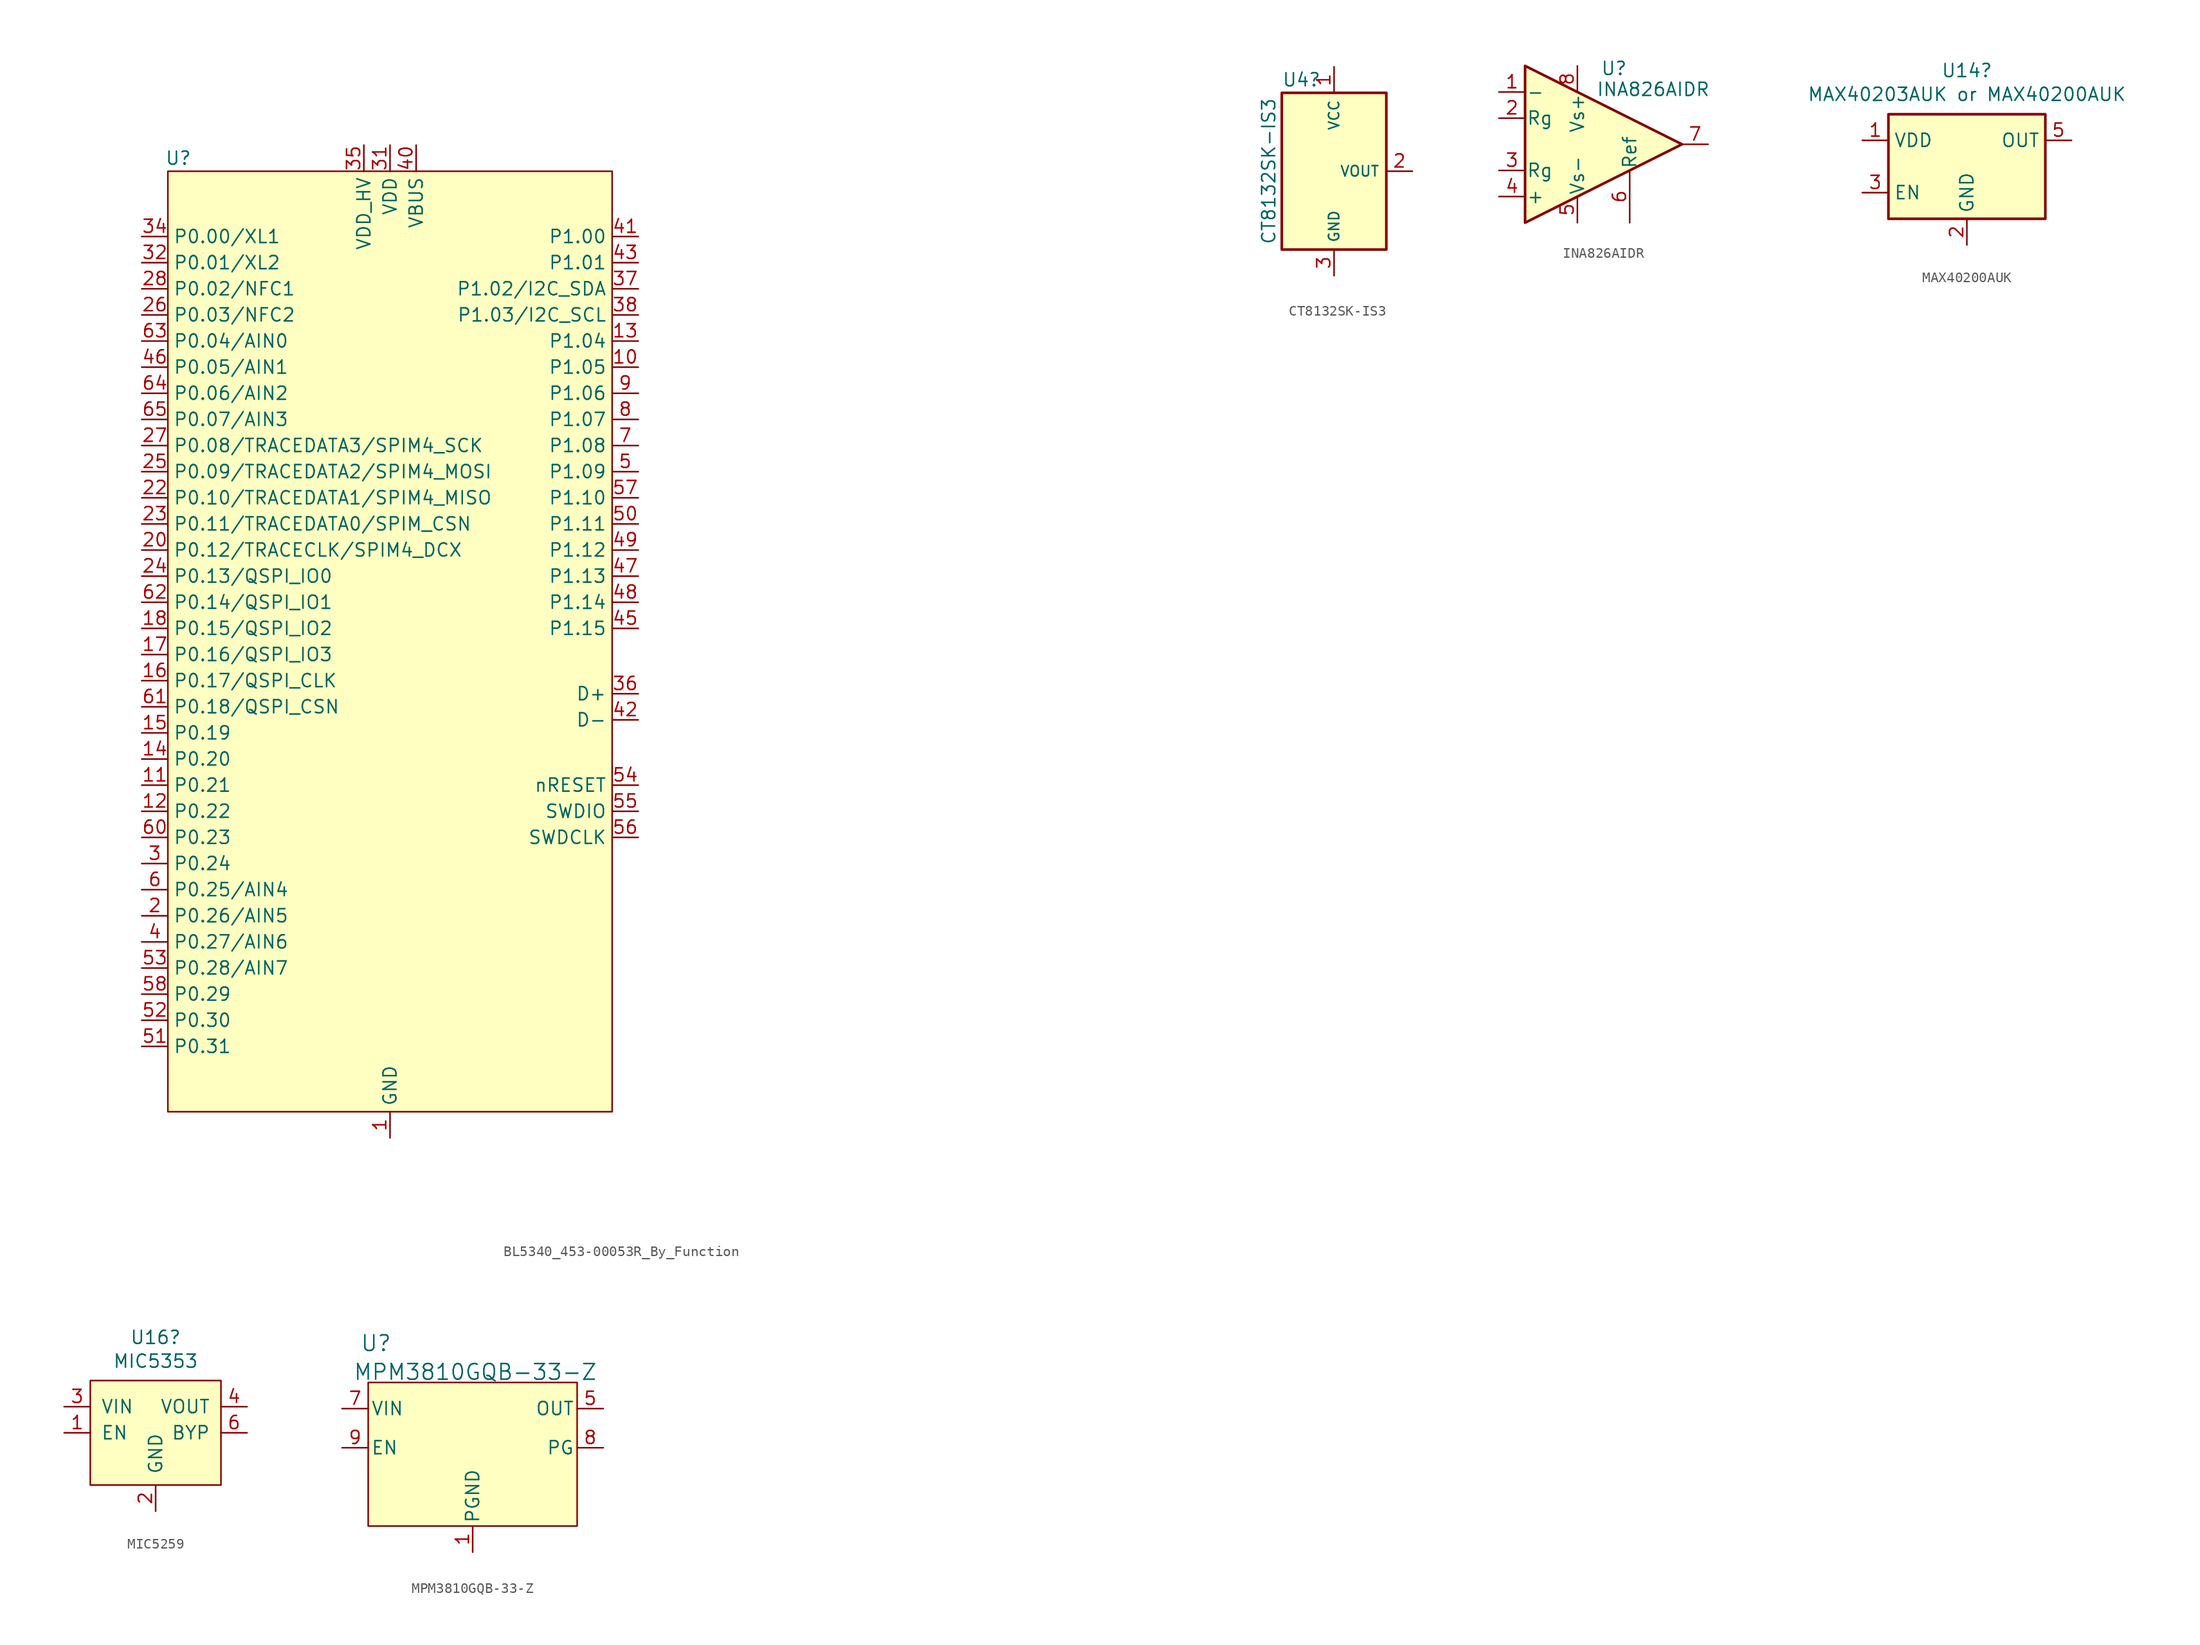
<source format=kicad_sym>
(kicad_symbol_lib
  (version 20231120)
  (generator "kicad_symbol_editor")
  (generator_version "8.0")
  (symbol "BL5340_453-00053R_By_Function"
    (property "Reference" "U"
      (at 1.016 1.27 0)
      (effects (font (size 1.27 1.27))))
    (property "Value" ""
      (at 90.805 -41.91 0)
      (effects (font (size 1.27 1.27))))
    (symbol "BL5340_453-00053R_By_Function_1_1"
      (rectangle (start 0 0) (end 43.18 -91.44) (stroke (width 0) (type default)) (fill (type background)))
      (pin input line (at 21.59 -93.98 90) (length 2.54) (name "GND" (effects (font (size 1.27 1.27)))) (number "1" (effects (font (size 1.27 1.27)))))
      (pin input line (at 45.72 -19.05 180) (length 2.54) (name "P1.05" (effects (font (size 1.27 1.27)))) (number "10" (effects (font (size 1.27 1.27)))))
      (pin input line (at -2.54 -59.69 0) (length 2.54) (name "P0.21" (effects (font (size 1.27 1.27)))) (number "11" (effects (font (size 1.27 1.27)))))
      (pin input line (at -2.54 -62.23 0) (length 2.54) (name "P0.22" (effects (font (size 1.27 1.27)))) (number "12" (effects (font (size 1.27 1.27)))))
      (pin input line (at 45.72 -16.51 180) (length 2.54) (name "P1.04" (effects (font (size 1.27 1.27)))) (number "13" (effects (font (size 1.27 1.27)))))
      (pin input line (at -2.54 -57.15 0) (length 2.54) (name "P0.20" (effects (font (size 1.27 1.27)))) (number "14" (effects (font (size 1.27 1.27)))))
      (pin input line (at -2.54 -54.61 0) (length 2.54) (name "P0.19" (effects (font (size 1.27 1.27)))) (number "15" (effects (font (size 1.27 1.27)))))
      (pin input line (at -2.54 -49.53 0) (length 2.54) (name "P0.17/QSPI_CLK" (effects (font (size 1.27 1.27)))) (number "16" (effects (font (size 1.27 1.27)))))
      (pin input line (at -2.54 -46.99 0) (length 2.54) (name "P0.16/QSPI_IO3" (effects (font (size 1.27 1.27)))) (number "17" (effects (font (size 1.27 1.27)))))
      (pin input line (at -2.54 -44.45 0) (length 2.54) (name "P0.15/QSPI_IO2" (effects (font (size 1.27 1.27)))) (number "18" (effects (font (size 1.27 1.27)))))
      (pin input line (at 21.59 -93.98 90) (length 2.54) hide (name "GND" (effects (font (size 1.27 1.27)))) (number "19" (effects (font (size 1.27 1.27)))))
      (pin input line (at -2.54 -72.39 0) (length 2.54) (name "P0.26/AIN5" (effects (font (size 1.27 1.27)))) (number "2" (effects (font (size 1.27 1.27)))))
      (pin input line (at -2.54 -36.83 0) (length 2.54) (name "P0.12/TRACECLK/SPIM4_DCX" (effects (font (size 1.27 1.27)))) (number "20" (effects (font (size 1.27 1.27)))))
      (pin input line (at 21.59 -93.98 90) (length 2.54) hide (name "GND" (effects (font (size 1.27 1.27)))) (number "21" (effects (font (size 1.27 1.27)))))
      (pin input line (at -2.54 -31.75 0) (length 2.54) (name "P0.10/TRACEDATA1/SPIM4_MISO" (effects (font (size 1.27 1.27)))) (number "22" (effects (font (size 1.27 1.27)))))
      (pin input line (at -2.54 -34.29 0) (length 2.54) (name "P0.11/TRACEDATA0/SPIM_CSN" (effects (font (size 1.27 1.27)))) (number "23" (effects (font (size 1.27 1.27)))))
      (pin input line (at -2.54 -39.37 0) (length 2.54) (name "P0.13/QSPI_IO0" (effects (font (size 1.27 1.27)))) (number "24" (effects (font (size 1.27 1.27)))))
      (pin input line (at -2.54 -29.21 0) (length 2.54) (name "P0.09/TRACEDATA2/SPIM4_MOSI" (effects (font (size 1.27 1.27)))) (number "25" (effects (font (size 1.27 1.27)))))
      (pin input line (at -2.54 -13.97 0) (length 2.54) (name "P0.03/NFC2" (effects (font (size 1.27 1.27)))) (number "26" (effects (font (size 1.27 1.27)))))
      (pin input line (at -2.54 -26.67 0) (length 2.54) (name "P0.08/TRACEDATA3/SPIM4_SCK" (effects (font (size 1.27 1.27)))) (number "27" (effects (font (size 1.27 1.27)))))
      (pin input line (at -2.54 -11.43 0) (length 2.54) (name "P0.02/NFC1" (effects (font (size 1.27 1.27)))) (number "28" (effects (font (size 1.27 1.27)))))
      (pin input line (at 21.59 -93.98 90) (length 2.54) hide (name "GND" (effects (font (size 1.27 1.27)))) (number "29" (effects (font (size 1.27 1.27)))))
      (pin input line (at -2.54 -67.31 0) (length 2.54) (name "P0.24" (effects (font (size 1.27 1.27)))) (number "3" (effects (font (size 1.27 1.27)))))
      (pin input line (at 21.59 -93.98 90) (length 2.54) hide (name "GND" (effects (font (size 1.27 1.27)))) (number "30" (effects (font (size 1.27 1.27)))))
      (pin input line (at 21.59 2.54 270) (length 2.54) (name "VDD" (effects (font (size 1.27 1.27)))) (number "31" (effects (font (size 1.27 1.27)))))
      (pin input line (at -2.54 -8.89 0) (length 2.54) (name "P0.01/XL2" (effects (font (size 1.27 1.27)))) (number "32" (effects (font (size 1.27 1.27)))))
      (pin input line (at 21.59 -93.98 90) (length 2.54) hide (name "GND" (effects (font (size 1.27 1.27)))) (number "33" (effects (font (size 1.27 1.27)))))
      (pin input line (at -2.54 -6.35 0) (length 2.54) (name "P0.00/XL1" (effects (font (size 1.27 1.27)))) (number "34" (effects (font (size 1.27 1.27)))))
      (pin input line (at 19.05 2.54 270) (length 2.54) (name "VDD_HV" (effects (font (size 1.27 1.27)))) (number "35" (effects (font (size 1.27 1.27)))))
      (pin input line (at 45.72 -50.8 180) (length 2.54) (name "D+" (effects (font (size 1.27 1.27)))) (number "36" (effects (font (size 1.27 1.27)))))
      (pin input line (at 45.72 -11.43 180) (length 2.54) (name "P1.02/I2C_SDA" (effects (font (size 1.27 1.27)))) (number "37" (effects (font (size 1.27 1.27)))))
      (pin input line (at 45.72 -13.97 180) (length 2.54) (name "P1.03/I2C_SCL" (effects (font (size 1.27 1.27)))) (number "38" (effects (font (size 1.27 1.27)))))
      (pin input line (at 21.59 -93.98 90) (length 2.54) hide (name "GND" (effects (font (size 1.27 1.27)))) (number "39" (effects (font (size 1.27 1.27)))))
      (pin input line (at -2.54 -74.93 0) (length 2.54) (name "P0.27/AIN6" (effects (font (size 1.27 1.27)))) (number "4" (effects (font (size 1.27 1.27)))))
      (pin input line (at 24.13 2.54 270) (length 2.54) (name "VBUS" (effects (font (size 1.27 1.27)))) (number "40" (effects (font (size 1.27 1.27)))))
      (pin input line (at 45.72 -6.35 180) (length 2.54) (name "P1.00" (effects (font (size 1.27 1.27)))) (number "41" (effects (font (size 1.27 1.27)))))
      (pin input line (at 45.72 -53.34 180) (length 2.54) (name "D-" (effects (font (size 1.27 1.27)))) (number "42" (effects (font (size 1.27 1.27)))))
      (pin input line (at 45.72 -8.89 180) (length 2.54) (name "P1.01" (effects (font (size 1.27 1.27)))) (number "43" (effects (font (size 1.27 1.27)))))
      (pin input line (at 21.59 -93.98 90) (length 2.54) hide (name "GND" (effects (font (size 1.27 1.27)))) (number "44" (effects (font (size 1.27 1.27)))))
      (pin input line (at 45.72 -44.45 180) (length 2.54) (name "P1.15" (effects (font (size 1.27 1.27)))) (number "45" (effects (font (size 1.27 1.27)))))
      (pin input line (at -2.54 -19.05 0) (length 2.54) (name "P0.05/AIN1" (effects (font (size 1.27 1.27)))) (number "46" (effects (font (size 1.27 1.27)))))
      (pin input line (at 45.72 -39.37 180) (length 2.54) (name "P1.13" (effects (font (size 1.27 1.27)))) (number "47" (effects (font (size 1.27 1.27)))))
      (pin input line (at 45.72 -41.91 180) (length 2.54) (name "P1.14" (effects (font (size 1.27 1.27)))) (number "48" (effects (font (size 1.27 1.27)))))
      (pin input line (at 45.72 -36.83 180) (length 2.54) (name "P1.12" (effects (font (size 1.27 1.27)))) (number "49" (effects (font (size 1.27 1.27)))))
      (pin input line (at 45.72 -29.21 180) (length 2.54) (name "P1.09" (effects (font (size 1.27 1.27)))) (number "5" (effects (font (size 1.27 1.27)))))
      (pin input line (at 45.72 -34.29 180) (length 2.54) (name "P1.11" (effects (font (size 1.27 1.27)))) (number "50" (effects (font (size 1.27 1.27)))))
      (pin input line (at -2.54 -85.09 0) (length 2.54) (name "P0.31" (effects (font (size 1.27 1.27)))) (number "51" (effects (font (size 1.27 1.27)))))
      (pin input line (at -2.54 -82.55 0) (length 2.54) (name "P0.30" (effects (font (size 1.27 1.27)))) (number "52" (effects (font (size 1.27 1.27)))))
      (pin input line (at -2.54 -77.47 0) (length 2.54) (name "P0.28/AIN7" (effects (font (size 1.27 1.27)))) (number "53" (effects (font (size 1.27 1.27)))))
      (pin input line (at 45.72 -59.69 180) (length 2.54) (name "nRESET" (effects (font (size 1.27 1.27)))) (number "54" (effects (font (size 1.27 1.27)))))
      (pin input line (at 45.72 -62.23 180) (length 2.54) (name "SWDIO" (effects (font (size 1.27 1.27)))) (number "55" (effects (font (size 1.27 1.27)))))
      (pin input line (at 45.72 -64.77 180) (length 2.54) (name "SWDCLK" (effects (font (size 1.27 1.27)))) (number "56" (effects (font (size 1.27 1.27)))))
      (pin input line (at 45.72 -31.75 180) (length 2.54) (name "P1.10" (effects (font (size 1.27 1.27)))) (number "57" (effects (font (size 1.27 1.27)))))
      (pin input line (at -2.54 -80.01 0) (length 2.54) (name "P0.29" (effects (font (size 1.27 1.27)))) (number "58" (effects (font (size 1.27 1.27)))))
      (pin input line (at 21.59 -93.98 90) (length 2.54) hide (name "GND" (effects (font (size 1.27 1.27)))) (number "59" (effects (font (size 1.27 1.27)))))
      (pin input line (at -2.54 -69.85 0) (length 2.54) (name "P0.25/AIN4" (effects (font (size 1.27 1.27)))) (number "6" (effects (font (size 1.27 1.27)))))
      (pin input line (at -2.54 -64.77 0) (length 2.54) (name "P0.23" (effects (font (size 1.27 1.27)))) (number "60" (effects (font (size 1.27 1.27)))))
      (pin input line (at -2.54 -52.07 0) (length 2.54) (name "P0.18/QSPI_CSN" (effects (font (size 1.27 1.27)))) (number "61" (effects (font (size 1.27 1.27)))))
      (pin input line (at -2.54 -41.91 0) (length 2.54) (name "P0.14/QSPI_IO1" (effects (font (size 1.27 1.27)))) (number "62" (effects (font (size 1.27 1.27)))))
      (pin input line (at -2.54 -16.51 0) (length 2.54) (name "P0.04/AIN0" (effects (font (size 1.27 1.27)))) (number "63" (effects (font (size 1.27 1.27)))))
      (pin input line (at -2.54 -21.59 0) (length 2.54) (name "P0.06/AIN2" (effects (font (size 1.27 1.27)))) (number "64" (effects (font (size 1.27 1.27)))))
      (pin input line (at -2.54 -24.13 0) (length 2.54) (name "P0.07/AIN3" (effects (font (size 1.27 1.27)))) (number "65" (effects (font (size 1.27 1.27)))))
      (pin input line (at 21.59 -93.98 90) (length 2.54) hide (name "GND" (effects (font (size 1.27 1.27)))) (number "66" (effects (font (size 1.27 1.27)))))
      (pin input line (at 21.59 -93.98 90) (length 2.54) hide (name "GND" (effects (font (size 1.27 1.27)))) (number "67" (effects (font (size 1.27 1.27)))))
      (pin input line (at 21.59 -93.98 90) (length 2.54) hide (name "GND" (effects (font (size 1.27 1.27)))) (number "68" (effects (font (size 1.27 1.27)))))
      (pin input line (at 21.59 -93.98 90) (length 2.54) hide (name "GND" (effects (font (size 1.27 1.27)))) (number "69" (effects (font (size 1.27 1.27)))))
      (pin input line (at 45.72 -26.67 180) (length 2.54) (name "P1.08" (effects (font (size 1.27 1.27)))) (number "7" (effects (font (size 1.27 1.27)))))
      (pin input line (at 21.59 -93.98 90) (length 2.54) hide (name "GND" (effects (font (size 1.27 1.27)))) (number "70" (effects (font (size 1.27 1.27)))))
      (pin input line (at 21.59 -93.98 90) (length 2.54) hide (name "GND" (effects (font (size 1.27 1.27)))) (number "71" (effects (font (size 1.27 1.27)))))
      (pin input line (at 45.72 -88.9 180) (length 2.54) hide (name "NC_(EXT_ANT)" (effects (font (size 1.27 1.27)))) (number "72" (effects (font (size 1.27 1.27)))))
      (pin input line (at 21.59 -93.98 90) (length 2.54) hide (name "GND" (effects (font (size 1.27 1.27)))) (number "73" (effects (font (size 1.27 1.27)))))
      (pin input line (at 21.59 -93.98 90) (length 2.54) hide (name "GND" (effects (font (size 1.27 1.27)))) (number "74" (effects (font (size 1.27 1.27)))))
      (pin input line (at 21.59 -93.98 90) (length 2.54) hide (name "GND" (effects (font (size 1.27 1.27)))) (number "75" (effects (font (size 1.27 1.27)))))
      (pin input line (at 45.72 -24.13 180) (length 2.54) (name "P1.07" (effects (font (size 1.27 1.27)))) (number "8" (effects (font (size 1.27 1.27)))))
      (pin input line (at 45.72 -21.59 180) (length 2.54) (name "P1.06" (effects (font (size 1.27 1.27)))) (number "9" (effects (font (size 1.27 1.27)))))))
  (symbol "CT8132SK-IS3"
    (pin_names
      (offset 0.635))
    (property "Reference" "U4"
      (at -5.08 8.89 0)
      (do_not_autoplace)
      (effects (font (size 1.27 1.27)) (justify left)))
    (property "Value" "CT8132SK-IS3"
      (at -6.35 0 90)
      (do_not_autoplace)
      (effects (font (size 1.27 1.27))))
    (symbol "CT8132SK-IS3_0_1"
      (rectangle (start -5.08 7.62) (end 5.08 -7.62) (stroke (width 0.254) (type default)) (fill (type background))))
    (symbol "CT8132SK-IS3_1_1"
      (pin power_in line (at 0 10.16 270) (length 2.54) (name "VCC" (effects (font (size 1 1)))) (number "1" (effects (font (size 1.27 1.27)))))
      (pin open_collector line (at 7.62 0 180) (length 2.54) (name "VOUT" (effects (font (size 1 1)))) (number "2" (effects (font (size 1.27 1.27)))))
      (pin power_in line (at 0 -10.16 90) (length 2.54) (name "GND" (effects (font (size 1 1)))) (number "3" (effects (font (size 1.27 1.27)))))))
  (symbol "INA826AIDR"
    (pin_names
      (offset 0.127))
    (property "Reference" "U"
      (at 3.556 7.366 0)
      (effects (font (size 1.27 1.27))))
    (property "Value" "INA826AIDR"
      (at 7.366 5.334 0)
      (effects (font (size 1.27 1.27))))
    (symbol "INA826AIDR_0_1"
      (polyline (pts (xy -5.08 7.62) (xy -5.08 -7.62) (xy 10.16 0) (xy -5.08 7.62)) (stroke (width 0.254) (type default)) (fill (type background))))
    (symbol "INA826AIDR_1_1"
      (pin input line (at -7.62 5.08 0) (length 2.54) (name "-" (effects (font (size 1.27 1.27)))) (number "1" (effects (font (size 1.27 1.27)))))
      (pin passive line (at -7.62 2.54 0) (length 2.54) (name "Rg" (effects (font (size 1.27 1.27)))) (number "2" (effects (font (size 1.27 1.27)))))
      (pin passive line (at -7.62 -2.54 0) (length 2.54) (name "Rg" (effects (font (size 1.27 1.27)))) (number "3" (effects (font (size 1.27 1.27)))))
      (pin input line (at -7.62 -5.08 0) (length 2.54) (name "+" (effects (font (size 1.27 1.27)))) (number "4" (effects (font (size 1.27 1.27)))))
      (pin power_in line (at 0 -7.62 90) (length 2.54) (name "Vs-" (effects (font (size 1.27 1.27)))) (number "5" (effects (font (size 1.27 1.27)))))
      (pin passive line (at 5.08 -7.62 90) (length 5.08) (name "Ref" (effects (font (size 1.27 1.27)))) (number "6" (effects (font (size 1.27 1.27)))))
      (pin output line (at 12.7 0 180) (length 2.54) (name "~" (effects (font (size 1.27 1.27)))) (number "7" (effects (font (size 1.27 1.27)))))
      (pin power_in line (at 0 7.62 270) (length 2.54) (name "Vs+" (effects (font (size 1.27 1.27)))) (number "8" (effects (font (size 1.27 1.27)))))))
  (symbol "MAX40200AUK"
    (property "Reference" "U14"
      (at 0 9.322 0)
      (effects (font (size 1.27 1.27))))
    (property "Value" "MAX40203AUK or MAX40200AUK"
      (at 0 7.01 0)
      (effects (font (size 1.27 1.27))))
    (symbol "MAX40200AUK_1_1"
      (rectangle (start -7.62 -5.08) (end 7.62 5.08) (stroke (width 0.254) (type default)) (fill (type background)))
      (pin power_in line (at -10.16 2.54 0) (length 2.54) (name "VDD" (effects (font (size 1.27 1.27)))) (number "1" (effects (font (size 1.27 1.27)))))
      (pin power_in line (at 0 -7.62 90) (length 2.54) (name "GND" (effects (font (size 1.27 1.27)))) (number "2" (effects (font (size 1.27 1.27)))))
      (pin input line (at -10.16 -2.54 0) (length 2.54) (name "EN" (effects (font (size 1.27 1.27)))) (number "3" (effects (font (size 1.27 1.27)))))
      (pin no_connect line (at 7.62 -2.54 180) (length 2.54) hide (name "NC" (effects (font (size 1.27 1.27)))) (number "4" (effects (font (size 1.27 1.27)))))
      (pin passive line (at 10.16 2.54 180) (length 2.54) (name "OUT" (effects (font (size 1.27 1.27)))) (number "5" (effects (font (size 1.27 1.27)))))))
  (symbol "MIC5259"
    (pin_names
      (offset 1.016))
    (property "Reference" "U16"
      (at 6.35 4.191 0)
      (effects (font (size 1.27 1.27))))
    (property "Value" "MIC5353"
      (at 6.35 1.88 0)
      (effects (font (size 1.27 1.27))))
    (symbol "MIC5259_0_1"
      (rectangle (start 0 0) (end 12.7 -10.16) (stroke (width 0) (type solid)) (fill (type background))))
    (symbol "MIC5259_1_1"
      (pin input line (at -2.54 -5.08 0) (length 2.54) (name "EN" (effects (font (size 1.27 1.27)))) (number "1" (effects (font (size 1.27 1.27)))))
      (pin power_in line (at 6.35 -12.7 90) (length 2.54) (name "GND" (effects (font (size 1.27 1.27)))) (number "2" (effects (font (size 1.27 1.27)))))
      (pin power_in line (at -2.54 -2.54 0) (length 2.54) (name "VIN" (effects (font (size 1.27 1.27)))) (number "3" (effects (font (size 1.27 1.27)))))
      (pin power_out line (at 15.24 -2.54 180) (length 2.54) (name "VOUT" (effects (font (size 1.27 1.27)))) (number "4" (effects (font (size 1.27 1.27)))))
      (pin no_connect line (at 15.24 -8.89 180) (length 2.54) hide (name "NC" (effects (font (size 1.27 1.27)))) (number "5" (effects (font (size 1.27 1.27)))))
      (pin passive line (at 15.24 -5.08 180) (length 2.54) (name "BYP" (effects (font (size 1.27 1.27)))) (number "6" (effects (font (size 1.27 1.27)))))
      (pin passive line (at 6.35 -12.7 90) (length 2.54) hide (name "PAD" (effects (font (size 1.27 1.27)))) (number "7" (effects (font (size 1.27 1.27)))))))
  (symbol "MPM3810GQB-33-Z"
    (pin_names
      (offset 0.254))
    (property "Reference" "U"
      (at 0.762 3.81 0)
      (effects (font (size 1.524 1.524))))
    (property "Value" "MPM3810GQB-33-Z"
      (at 10.414 1.016 0)
      (effects (font (size 1.524 1.524))))
    (symbol "MPM3810GQB-33-Z_0_1"
      (pin unspecified line (at 10.16 -16.51 90) (length 2.54) (name "PGND" (effects (font (size 1.27 1.27)))) (number "1" (effects (font (size 1.27 1.27)))))
      (pin no_connect line (at 22.86 -12.7 180) (length 2.54) hide (name "NC" (effects (font (size 1.27 1.27)))) (number "10" (effects (font (size 1.27 1.27)))))
      (pin unspecified line (at 10.16 -16.51 90) (length 2.54) hide (name "AGND" (effects (font (size 1.27 1.27)))) (number "11" (effects (font (size 1.27 1.27)))))
      (pin unspecified line (at 10.16 -16.51 90) (length 2.54) hide (name "PGND" (effects (font (size 1.27 1.27)))) (number "2" (effects (font (size 1.27 1.27)))))
      (pin no_connect line (at 22.86 -12.7 180) (length 2.54) hide (name "NC" (effects (font (size 1.27 1.27)))) (number "3" (effects (font (size 1.27 1.27)))))
      (pin no_connect line (at 22.86 -12.7 180) (length 2.54) hide (name "NC" (effects (font (size 1.27 1.27)))) (number "4" (effects (font (size 1.27 1.27)))))
      (pin unspecified line (at 22.86 -2.54 180) (length 2.54) (name "OUT" (effects (font (size 1.27 1.27)))) (number "5" (effects (font (size 1.27 1.27)))))
      (pin unspecified line (at 22.86 -2.54 180) (length 2.54) hide (name "OUT" (effects (font (size 1.27 1.27)))) (number "6" (effects (font (size 1.27 1.27)))))
      (pin unspecified line (at -2.54 -2.54 0) (length 2.54) (name "VIN" (effects (font (size 1.27 1.27)))) (number "7" (effects (font (size 1.27 1.27)))))
      (pin unspecified line (at 22.86 -6.35 180) (length 2.54) (name "PG" (effects (font (size 1.27 1.27)))) (number "8" (effects (font (size 1.27 1.27)))))
      (pin unspecified line (at -2.54 -6.35 0) (length 2.54) (name "EN" (effects (font (size 1.27 1.27)))) (number "9" (effects (font (size 1.27 1.27))))))
    (symbol "MPM3810GQB-33-Z_1_1"
      (rectangle (start 0 0) (end 20.32 -13.97) (stroke (width 0) (type default)) (fill (type background)))
      (pin unspecified line (at 22.86 -2.54 180) (length 2.54) hide (name "OUT_S" (effects (font (size 1.27 1.27)))) (number "12" (effects (font (size 1.27 1.27))))))))
</source>
